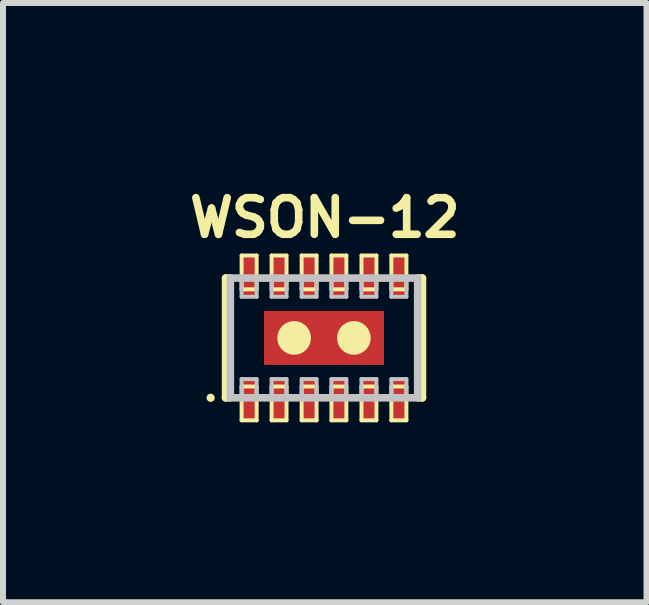
<source format=kicad_pcb>
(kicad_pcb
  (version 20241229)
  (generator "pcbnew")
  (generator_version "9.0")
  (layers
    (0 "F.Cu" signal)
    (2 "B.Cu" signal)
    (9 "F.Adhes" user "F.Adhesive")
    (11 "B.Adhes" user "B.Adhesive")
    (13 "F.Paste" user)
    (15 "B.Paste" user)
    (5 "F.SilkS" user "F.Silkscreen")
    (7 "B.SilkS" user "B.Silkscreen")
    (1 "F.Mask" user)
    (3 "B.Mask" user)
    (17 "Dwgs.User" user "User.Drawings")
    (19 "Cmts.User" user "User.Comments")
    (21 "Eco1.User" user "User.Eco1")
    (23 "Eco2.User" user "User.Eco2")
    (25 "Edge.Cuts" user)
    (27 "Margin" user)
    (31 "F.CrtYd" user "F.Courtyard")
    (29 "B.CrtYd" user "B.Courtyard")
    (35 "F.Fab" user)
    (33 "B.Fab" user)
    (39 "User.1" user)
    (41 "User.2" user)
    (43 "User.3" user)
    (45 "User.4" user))
  (footprint "WSON-12"
    (layer "F.Cu")
    (at 2.352 2.584)
    (property "Reference" "WSON-12" (at 0.013 -2.004 0) (layer "F.SilkS") (effects (font (size 0.61 0.61) (thickness 0.127))))
    (attr smd)
    (fp_line (start -1.641 -0.998) (end -1.577 -0.998) (stroke (width 0.127) (type solid)) (layer "F.SilkS"))
    (fp_line (start -1.641 0.998) (end -1.641 -0.998) (stroke (width 0.127) (type solid)) (layer "F.SilkS"))
    (fp_line (start -1.577 0.998) (end -1.641 0.998) (stroke (width 0.127) (type solid)) (layer "F.SilkS"))
    (fp_line (start -1.374 -1.374) (end -1.123 -1.374) (stroke (width 0.066) (type solid)) (layer "F.SilkS"))
    (fp_line (start -1.374 -0.81) (end -1.374 -1.374) (stroke (width 0.066) (type solid)) (layer "F.SilkS"))
    (fp_line (start -1.374 -0.81) (end -1.123 -0.81) (stroke (width 0.066) (type solid)) (layer "F.SilkS"))
    (fp_line (start -1.374 0.81) (end -1.123 0.81) (stroke (width 0.066) (type solid)) (layer "F.SilkS"))
    (fp_line (start -1.374 1.374) (end -1.374 0.81) (stroke (width 0.066) (type solid)) (layer "F.SilkS"))
    (fp_line (start -1.374 1.374) (end -1.123 1.374) (stroke (width 0.066) (type solid)) (layer "F.SilkS"))
    (fp_line (start -1.123 -0.81) (end -1.123 -1.374) (stroke (width 0.066) (type solid)) (layer "F.SilkS"))
    (fp_line (start -1.123 1.374) (end -1.123 0.81) (stroke (width 0.066) (type solid)) (layer "F.SilkS"))
    (fp_line (start -0.874 -1.374) (end -0.625 -1.374) (stroke (width 0.066) (type solid)) (layer "F.SilkS"))
    (fp_line (start -0.874 -0.81) (end -0.874 -1.374) (stroke (width 0.066) (type solid)) (layer "F.SilkS"))
    (fp_line (start -0.874 -0.81) (end -0.625 -0.81) (stroke (width 0.066) (type solid)) (layer "F.SilkS"))
    (fp_line (start -0.874 0.81) (end -0.625 0.81) (stroke (width 0.066) (type solid)) (layer "F.SilkS"))
    (fp_line (start -0.874 1.374) (end -0.874 0.81) (stroke (width 0.066) (type solid)) (layer "F.SilkS"))
    (fp_line (start -0.874 1.374) (end -0.625 1.374) (stroke (width 0.066) (type solid)) (layer "F.SilkS"))
    (fp_line (start -0.625 -0.81) (end -0.625 -1.374) (stroke (width 0.066) (type solid)) (layer "F.SilkS"))
    (fp_line (start -0.625 1.374) (end -0.625 0.81) (stroke (width 0.066) (type solid)) (layer "F.SilkS"))
    (fp_line (start -0.373 -1.374) (end -0.124 -1.374) (stroke (width 0.066) (type solid)) (layer "F.SilkS"))
    (fp_line (start -0.373 -0.81) (end -0.373 -1.374) (stroke (width 0.066) (type solid)) (layer "F.SilkS"))
    (fp_line (start -0.373 -0.81) (end -0.124 -0.81) (stroke (width 0.066) (type solid)) (layer "F.SilkS"))
    (fp_line (start -0.373 0.81) (end -0.124 0.81) (stroke (width 0.066) (type solid)) (layer "F.SilkS"))
    (fp_line (start -0.373 1.374) (end -0.373 0.81) (stroke (width 0.066) (type solid)) (layer "F.SilkS"))
    (fp_line (start -0.373 1.374) (end -0.124 1.374) (stroke (width 0.066) (type solid)) (layer "F.SilkS"))
    (fp_line (start -0.124 -0.81) (end -0.124 -1.374) (stroke (width 0.066) (type solid)) (layer "F.SilkS"))
    (fp_line (start -0.124 1.374) (end -0.124 0.81) (stroke (width 0.066) (type solid)) (layer "F.SilkS"))
    (fp_line (start 0.124 -1.374) (end 0.373 -1.374) (stroke (width 0.066) (type solid)) (layer "F.SilkS"))
    (fp_line (start 0.124 -0.81) (end 0.124 -1.374) (stroke (width 0.066) (type solid)) (layer "F.SilkS"))
    (fp_line (start 0.124 -0.81) (end 0.373 -0.81) (stroke (width 0.066) (type solid)) (layer "F.SilkS"))
    (fp_line (start 0.124 0.81) (end 0.373 0.81) (stroke (width 0.066) (type solid)) (layer "F.SilkS"))
    (fp_line (start 0.124 1.374) (end 0.124 0.81) (stroke (width 0.066) (type solid)) (layer "F.SilkS"))
    (fp_line (start 0.124 1.374) (end 0.373 1.374) (stroke (width 0.066) (type solid)) (layer "F.SilkS"))
    (fp_line (start 0.373 -0.81) (end 0.373 -1.374) (stroke (width 0.066) (type solid)) (layer "F.SilkS"))
    (fp_line (start 0.373 1.374) (end 0.373 0.81) (stroke (width 0.066) (type solid)) (layer "F.SilkS"))
    (fp_line (start 0.625 -1.374) (end 0.874 -1.374) (stroke (width 0.066) (type solid)) (layer "F.SilkS"))
    (fp_line (start 0.625 -0.81) (end 0.625 -1.374) (stroke (width 0.066) (type solid)) (layer "F.SilkS"))
    (fp_line (start 0.625 -0.81) (end 0.874 -0.81) (stroke (width 0.066) (type solid)) (layer "F.SilkS"))
    (fp_line (start 0.625 0.81) (end 0.874 0.81) (stroke (width 0.066) (type solid)) (layer "F.SilkS"))
    (fp_line (start 0.625 1.374) (end 0.625 0.81) (stroke (width 0.066) (type solid)) (layer "F.SilkS"))
    (fp_line (start 0.625 1.374) (end 0.874 1.374) (stroke (width 0.066) (type solid)) (layer "F.SilkS"))
    (fp_line (start 0.874 -0.81) (end 0.874 -1.374) (stroke (width 0.066) (type solid)) (layer "F.SilkS"))
    (fp_line (start 0.874 1.374) (end 0.874 0.81) (stroke (width 0.066) (type solid)) (layer "F.SilkS"))
    (fp_line (start 1.123 -1.374) (end 1.374 -1.374) (stroke (width 0.066) (type solid)) (layer "F.SilkS"))
    (fp_line (start 1.123 -0.81) (end 1.123 -1.374) (stroke (width 0.066) (type solid)) (layer "F.SilkS"))
    (fp_line (start 1.123 -0.81) (end 1.374 -0.81) (stroke (width 0.066) (type solid)) (layer "F.SilkS"))
    (fp_line (start 1.123 0.81) (end 1.374 0.81) (stroke (width 0.066) (type solid)) (layer "F.SilkS"))
    (fp_line (start 1.123 1.374) (end 1.123 0.81) (stroke (width 0.066) (type solid)) (layer "F.SilkS"))
    (fp_line (start 1.123 1.374) (end 1.374 1.374) (stroke (width 0.066) (type solid)) (layer "F.SilkS"))
    (fp_line (start 1.374 -0.81) (end 1.374 -1.374) (stroke (width 0.066) (type solid)) (layer "F.SilkS"))
    (fp_line (start 1.374 1.374) (end 1.374 0.81) (stroke (width 0.066) (type solid)) (layer "F.SilkS"))
    (fp_line (start 1.577 -0.998) (end 1.641 -0.998) (stroke (width 0.127) (type solid)) (layer "F.SilkS"))
    (fp_line (start 1.641 -0.998) (end 1.641 0.998) (stroke (width 0.127) (type solid)) (layer "F.SilkS"))
    (fp_line (start 1.641 0.998) (end 1.577 0.998) (stroke (width 0.127) (type solid)) (layer "F.SilkS"))
    (fp_circle (center -1.89 0.998) (end -1.938 1.046) (stroke (width 0) (type solid)) (fill yes) (layer "F.SilkS"))
    (fp_circle (center -0.498 0) (end -0.696 0.198) (stroke (width 0) (type solid)) (fill yes) (layer "F.SilkS"))
    (fp_circle (center 0.498 0) (end 0.696 0.198) (stroke (width 0) (type solid)) (fill yes) (layer "F.SilkS"))
    (fp_line (start -1.562 -0.998) (end -1.562 0.998) (stroke (width 0.127) (type solid)) (layer "Dwgs.User"))
    (fp_line (start -1.562 0.998) (end 1.562 0.998) (stroke (width 0.127) (type solid)) (layer "Dwgs.User"))
    (fp_line (start -1.374 -0.998) (end -1.123 -0.998) (stroke (width 0.066) (type solid)) (layer "Dwgs.User"))
    (fp_line (start -1.374 -0.686) (end -1.374 -0.998) (stroke (width 0.066) (type solid)) (layer "Dwgs.User"))
    (fp_line (start -1.374 -0.686) (end -1.123 -0.686) (stroke (width 0.066) (type solid)) (layer "Dwgs.User"))
    (fp_line (start -1.374 0.686) (end -1.123 0.686) (stroke (width 0.066) (type solid)) (layer "Dwgs.User"))
    (fp_line (start -1.374 0.998) (end -1.374 0.686) (stroke (width 0.066) (type solid)) (layer "Dwgs.User"))
    (fp_line (start -1.374 0.998) (end -1.123 0.998) (stroke (width 0.066) (type solid)) (layer "Dwgs.User"))
    (fp_line (start -1.123 -0.686) (end -1.123 -0.998) (stroke (width 0.066) (type solid)) (layer "Dwgs.User"))
    (fp_line (start -1.123 0.998) (end -1.123 0.686) (stroke (width 0.066) (type solid)) (layer "Dwgs.User"))
    (fp_line (start -0.874 -0.998) (end -0.625 -0.998) (stroke (width 0.066) (type solid)) (layer "Dwgs.User"))
    (fp_line (start -0.874 -0.686) (end -0.874 -0.998) (stroke (width 0.066) (type solid)) (layer "Dwgs.User"))
    (fp_line (start -0.874 -0.686) (end -0.625 -0.686) (stroke (width 0.066) (type solid)) (layer "Dwgs.User"))
    (fp_line (start -0.874 0.686) (end -0.625 0.686) (stroke (width 0.066) (type solid)) (layer "Dwgs.User"))
    (fp_line (start -0.874 0.998) (end -0.874 0.686) (stroke (width 0.066) (type solid)) (layer "Dwgs.User"))
    (fp_line (start -0.874 0.998) (end -0.625 0.998) (stroke (width 0.066) (type solid)) (layer "Dwgs.User"))
    (fp_line (start -0.625 -0.686) (end -0.625 -0.998) (stroke (width 0.066) (type solid)) (layer "Dwgs.User"))
    (fp_line (start -0.625 0.998) (end -0.625 0.686) (stroke (width 0.066) (type solid)) (layer "Dwgs.User"))
    (fp_line (start -0.373 -0.998) (end -0.124 -0.998) (stroke (width 0.066) (type solid)) (layer "Dwgs.User"))
    (fp_line (start -0.373 -0.686) (end -0.373 -0.998) (stroke (width 0.066) (type solid)) (layer "Dwgs.User"))
    (fp_line (start -0.373 -0.686) (end -0.124 -0.686) (stroke (width 0.066) (type solid)) (layer "Dwgs.User"))
    (fp_line (start -0.373 0.686) (end -0.124 0.686) (stroke (width 0.066) (type solid)) (layer "Dwgs.User"))
    (fp_line (start -0.373 0.998) (end -0.373 0.686) (stroke (width 0.066) (type solid)) (layer "Dwgs.User"))
    (fp_line (start -0.373 0.998) (end -0.124 0.998) (stroke (width 0.066) (type solid)) (layer "Dwgs.User"))
    (fp_line (start -0.124 -0.686) (end -0.124 -0.998) (stroke (width 0.066) (type solid)) (layer "Dwgs.User"))
    (fp_line (start -0.124 0.998) (end -0.124 0.686) (stroke (width 0.066) (type solid)) (layer "Dwgs.User"))
    (fp_line (start 0.124 -0.998) (end 0.373 -0.998) (stroke (width 0.066) (type solid)) (layer "Dwgs.User"))
    (fp_line (start 0.124 -0.686) (end 0.124 -0.998) (stroke (width 0.066) (type solid)) (layer "Dwgs.User"))
    (fp_line (start 0.124 -0.686) (end 0.373 -0.686) (stroke (width 0.066) (type solid)) (layer "Dwgs.User"))
    (fp_line (start 0.124 0.686) (end 0.373 0.686) (stroke (width 0.066) (type solid)) (layer "Dwgs.User"))
    (fp_line (start 0.124 0.998) (end 0.124 0.686) (stroke (width 0.066) (type solid)) (layer "Dwgs.User"))
    (fp_line (start 0.124 0.998) (end 0.373 0.998) (stroke (width 0.066) (type solid)) (layer "Dwgs.User"))
    (fp_line (start 0.373 -0.686) (end 0.373 -0.998) (stroke (width 0.066) (type solid)) (layer "Dwgs.User"))
    (fp_line (start 0.373 0.998) (end 0.373 0.686) (stroke (width 0.066) (type solid)) (layer "Dwgs.User"))
    (fp_line (start 0.625 -0.998) (end 0.874 -0.998) (stroke (width 0.066) (type solid)) (layer "Dwgs.User"))
    (fp_line (start 0.625 -0.686) (end 0.625 -0.998) (stroke (width 0.066) (type solid)) (layer "Dwgs.User"))
    (fp_line (start 0.625 -0.686) (end 0.874 -0.686) (stroke (width 0.066) (type solid)) (layer "Dwgs.User"))
    (fp_line (start 0.625 0.686) (end 0.874 0.686) (stroke (width 0.066) (type solid)) (layer "Dwgs.User"))
    (fp_line (start 0.625 0.998) (end 0.625 0.686) (stroke (width 0.066) (type solid)) (layer "Dwgs.User"))
    (fp_line (start 0.625 0.998) (end 0.874 0.998) (stroke (width 0.066) (type solid)) (layer "Dwgs.User"))
    (fp_line (start 0.874 -0.686) (end 0.874 -0.998) (stroke (width 0.066) (type solid)) (layer "Dwgs.User"))
    (fp_line (start 0.874 0.998) (end 0.874 0.686) (stroke (width 0.066) (type solid)) (layer "Dwgs.User"))
    (fp_line (start 1.123 -0.998) (end 1.374 -0.998) (stroke (width 0.066) (type solid)) (layer "Dwgs.User"))
    (fp_line (start 1.123 -0.686) (end 1.123 -0.998) (stroke (width 0.066) (type solid)) (layer "Dwgs.User"))
    (fp_line (start 1.123 -0.686) (end 1.374 -0.686) (stroke (width 0.066) (type solid)) (layer "Dwgs.User"))
    (fp_line (start 1.123 0.686) (end 1.374 0.686) (stroke (width 0.066) (type solid)) (layer "Dwgs.User"))
    (fp_line (start 1.123 0.998) (end 1.123 0.686) (stroke (width 0.066) (type solid)) (layer "Dwgs.User"))
    (fp_line (start 1.123 0.998) (end 1.374 0.998) (stroke (width 0.066) (type solid)) (layer "Dwgs.User"))
    (fp_line (start 1.374 -0.686) (end 1.374 -0.998) (stroke (width 0.066) (type solid)) (layer "Dwgs.User"))
    (fp_line (start 1.374 0.998) (end 1.374 0.686) (stroke (width 0.066) (type solid)) (layer "Dwgs.User"))
    (fp_line (start 1.562 -0.998) (end -1.562 -0.998) (stroke (width 0.127) (type solid)) (layer "Dwgs.User"))
    (fp_line (start 1.562 0.998) (end 1.562 -0.998) (stroke (width 0.127) (type solid)) (layer "Dwgs.User"))
    (pad "1" smd rect (at -1.25 1.049 270) (size 0.699 0.3) (layers "F.Cu" "F.Mask" "F.Paste"))
    (pad "2" smd rect (at -0.749 1.049 270) (size 0.699 0.3) (layers "F.Cu" "F.Mask" "F.Paste"))
    (pad "3" smd rect (at -0.249 1.049 270) (size 0.699 0.3) (layers "F.Cu" "F.Mask" "F.Paste"))
    (pad "4" smd rect (at 0.249 1.049 270) (size 0.699 0.3) (layers "F.Cu" "F.Mask" "F.Paste"))
    (pad "5" smd rect (at 0.749 1.049 270) (size 0.699 0.3) (layers "F.Cu" "F.Mask" "F.Paste"))
    (pad "6" smd rect (at 1.25 1.049 270) (size 0.699 0.3) (layers "F.Cu" "F.Mask" "F.Paste"))
    (pad "7" smd rect (at 1.25 -1.049 90) (size 0.699 0.3) (layers "F.Cu" "F.Mask" "F.Paste"))
    (pad "8" smd rect (at 0.749 -1.049 90) (size 0.699 0.3) (layers "F.Cu" "F.Mask" "F.Paste"))
    (pad "9" smd rect (at 0.249 -1.049 90) (size 0.699 0.3) (layers "F.Cu" "F.Mask" "F.Paste"))
    (pad "10" smd rect (at -0.249 -1.049 90) (size 0.699 0.3) (layers "F.Cu" "F.Mask" "F.Paste"))
    (pad "11" smd rect (at -0.749 -1.049 90) (size 0.699 0.3) (layers "F.Cu" "F.Mask" "F.Paste"))
    (pad "12" smd rect (at -1.25 -1.049 90) (size 0.699 0.3) (layers "F.Cu" "F.Mask" "F.Paste"))
    (pad "PAD" smd rect (at 0 0) (size 1.999 0.899) (layers "F.Cu" "F.Mask" "F.Paste")))
  (gr_rect
    (start -3 -3)
    (end 7.729 6.991)
    (stroke (width 0.1) (type default))
    (fill no)
    (layer "Edge.Cuts")))
</source>
